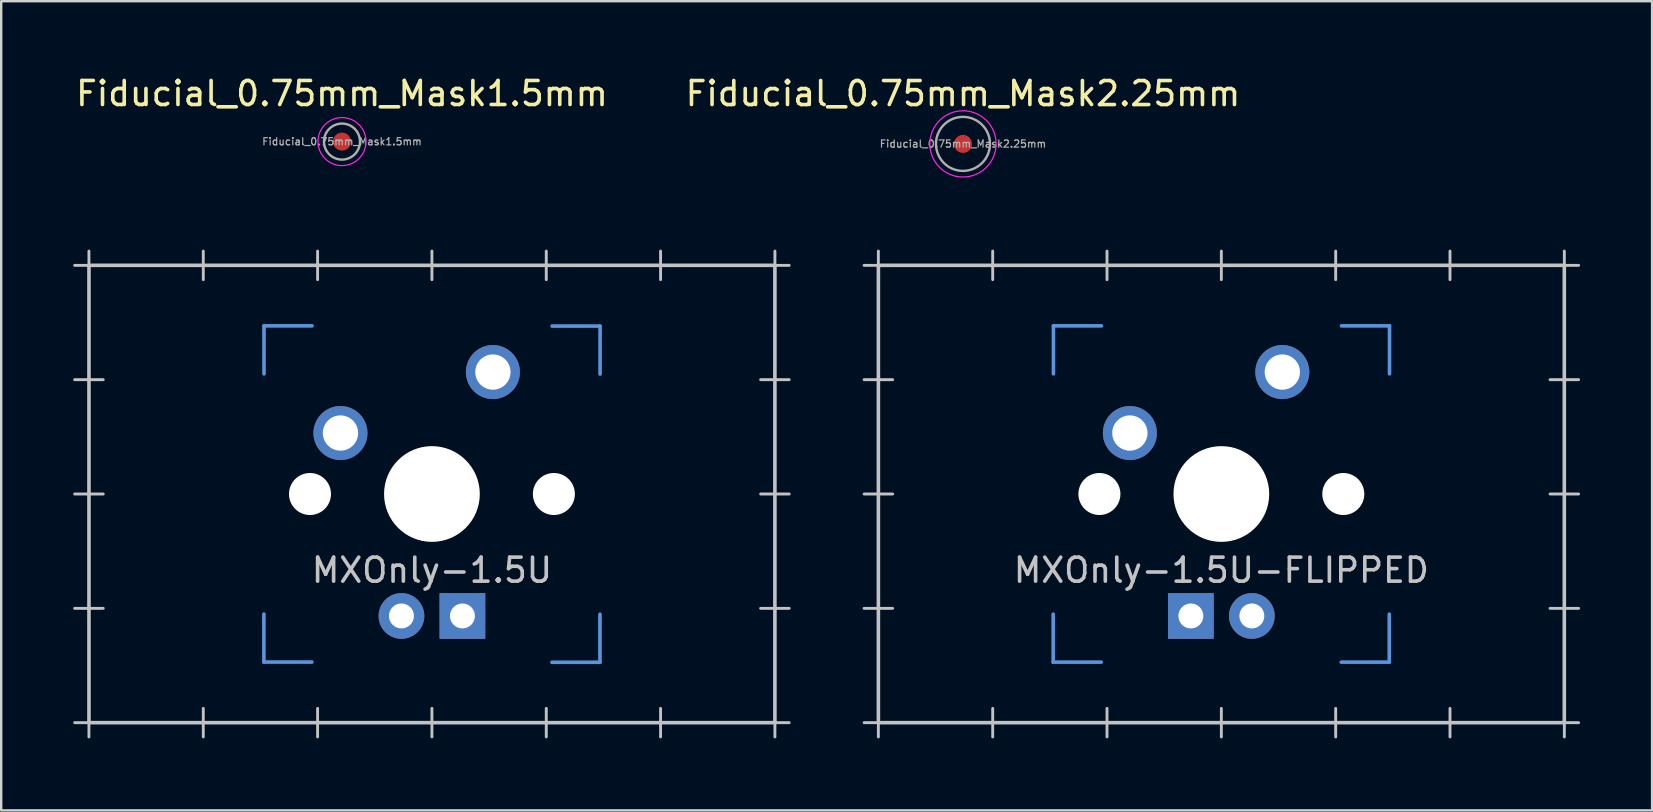
<source format=kicad_pcb>
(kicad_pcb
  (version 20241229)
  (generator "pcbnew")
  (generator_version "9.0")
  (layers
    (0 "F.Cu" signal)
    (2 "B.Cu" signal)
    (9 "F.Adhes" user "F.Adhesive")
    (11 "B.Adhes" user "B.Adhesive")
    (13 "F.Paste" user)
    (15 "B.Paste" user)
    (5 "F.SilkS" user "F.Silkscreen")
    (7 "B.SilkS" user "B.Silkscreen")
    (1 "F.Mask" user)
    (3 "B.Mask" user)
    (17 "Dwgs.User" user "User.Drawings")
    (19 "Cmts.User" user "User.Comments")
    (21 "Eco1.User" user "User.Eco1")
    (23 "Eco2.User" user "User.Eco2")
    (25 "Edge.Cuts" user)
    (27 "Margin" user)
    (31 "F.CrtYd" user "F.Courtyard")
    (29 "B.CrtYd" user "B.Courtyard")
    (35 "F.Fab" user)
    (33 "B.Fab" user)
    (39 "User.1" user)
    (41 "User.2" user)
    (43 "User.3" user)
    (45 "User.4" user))
  (footprint "MXOnly-1.5U-FLIPPED"
    (layer "F.Cu")
    (at 47.828 17.529)
    (property "Reference" "MXOnly-1.5U-FLIPPED" (at 0 3.175 0) (layer "Dwgs.User") (effects (font (size 1 1) (thickness 0.15))))
    (attr through_hole)
    (fp_line (start -14.883 -9.525) (end -14.288 -9.525) (stroke (width 0.12) (type solid)) (layer "Dwgs.User"))
    (fp_line (start -14.883 0) (end -13.692 0) (stroke (width 0.12) (type solid)) (layer "Dwgs.User"))
    (fp_line (start -14.883 4.763) (end -13.692 4.763) (stroke (width 0.12) (type solid)) (layer "Dwgs.User"))
    (fp_line (start -14.883 9.525) (end -14.287 9.525) (stroke (width 0.12) (type solid)) (layer "Dwgs.User"))
    (fp_line (start -14.288 -10.12) (end -14.288 -9.525) (stroke (width 0.12) (type solid)) (layer "Dwgs.User"))
    (fp_line (start -14.288 10.12) (end -14.288 9.525) (stroke (width 0.12) (type solid)) (layer "Dwgs.User"))
    (fp_line (start -14.287 -9.525) (end 14.287 -9.525) (stroke (width 0.15) (type solid)) (layer "Dwgs.User"))
    (fp_line (start -14.287 9.525) (end -14.287 -9.525) (stroke (width 0.15) (type solid)) (layer "Dwgs.User"))
    (fp_line (start -14.287 9.525) (end 14.287 9.525) (stroke (width 0.15) (type solid)) (layer "Dwgs.User"))
    (fp_line (start -13.692 -4.763) (end -14.883 -4.763) (stroke (width 0.12) (type solid)) (layer "Dwgs.User"))
    (fp_line (start -9.525 -10.12) (end -9.525 -8.93) (stroke (width 0.12) (type solid)) (layer "Dwgs.User"))
    (fp_line (start -9.525 8.93) (end -9.525 10.12) (stroke (width 0.12) (type solid)) (layer "Dwgs.User"))
    (fp_line (start -4.763 -10.12) (end -4.763 -8.93) (stroke (width 0.12) (type solid)) (layer "Dwgs.User"))
    (fp_line (start -4.763 10.12) (end -4.763 8.93) (stroke (width 0.12) (type solid)) (layer "Dwgs.User"))
    (fp_line (start 0 -10.12) (end 0 -8.93) (stroke (width 0.12) (type solid)) (layer "Dwgs.User"))
    (fp_line (start 0 10.12) (end 0 8.93) (stroke (width 0.12) (type solid)) (layer "Dwgs.User"))
    (fp_line (start 4.763 -10.12) (end 4.763 -8.93) (stroke (width 0.12) (type solid)) (layer "Dwgs.User"))
    (fp_line (start 4.763 10.12) (end 4.763 8.93) (stroke (width 0.12) (type solid)) (layer "Dwgs.User"))
    (fp_line (start 9.525 -8.93) (end 9.525 -10.12) (stroke (width 0.12) (type solid)) (layer "Dwgs.User"))
    (fp_line (start 9.525 10.12) (end 9.525 8.93) (stroke (width 0.12) (type solid)) (layer "Dwgs.User"))
    (fp_line (start 13.692 4.763) (end 14.883 4.763) (stroke (width 0.12) (type solid)) (layer "Dwgs.User"))
    (fp_line (start 14.287 -9.525) (end 14.287 9.525) (stroke (width 0.15) (type solid)) (layer "Dwgs.User"))
    (fp_line (start 14.288 -10.12) (end 14.288 -9.525) (stroke (width 0.12) (type solid)) (layer "Dwgs.User"))
    (fp_line (start 14.288 10.12) (end 14.288 9.525) (stroke (width 0.12) (type solid)) (layer "Dwgs.User"))
    (fp_line (start 14.883 -9.525) (end 14.287 -9.525) (stroke (width 0.12) (type solid)) (layer "Dwgs.User"))
    (fp_line (start 14.883 -4.763) (end 13.692 -4.763) (stroke (width 0.12) (type solid)) (layer "Dwgs.User"))
    (fp_line (start 14.883 0) (end 13.692 0) (stroke (width 0.12) (type solid)) (layer "Dwgs.User"))
    (fp_line (start 14.883 9.525) (end 14.288 9.525) (stroke (width 0.12) (type solid)) (layer "Dwgs.User"))
    (fp_line (start -7.005 7.005) (end -7.005 5.005) (stroke (width 0.15) (type solid)) (layer "Cmts.User"))
    (fp_line (start -6.995 -7.005) (end -6.995 -5.005) (stroke (width 0.15) (type solid)) (layer "Cmts.User"))
    (fp_line (start -5.005 7.005) (end -7.005 7.005) (stroke (width 0.15) (type solid)) (layer "Cmts.User"))
    (fp_line (start -4.995 -7.005) (end -6.995 -7.005) (stroke (width 0.15) (type solid)) (layer "Cmts.User"))
    (fp_line (start 4.995 7.005) (end 6.995 7.005) (stroke (width 0.15) (type solid)) (layer "Cmts.User"))
    (fp_line (start 5.005 -7.005) (end 7.005 -7.005) (stroke (width 0.15) (type solid)) (layer "Cmts.User"))
    (fp_line (start 6.995 7.005) (end 6.995 5.005) (stroke (width 0.15) (type solid)) (layer "Cmts.User"))
    (fp_line (start 7.005 -7.005) (end 7.005 -5.005) (stroke (width 0.15) (type solid)) (layer "Cmts.User"))
    (pad "" np_thru_hole circle (at -5.08 0 48.1) (size 1.75 1.75) (drill 1.75) (layers "*.Cu" "*.Mask"))
    (pad "" np_thru_hole circle (at 0 0) (size 3.988 3.988) (drill 3.988) (layers "*.Cu" "*.Mask"))
    (pad "" np_thru_hole circle (at 5.08 0 48.1) (size 1.75 1.75) (drill 1.75) (layers "*.Cu" "*.Mask"))
    (pad "1" thru_hole circle (at -3.81 -2.54) (size 2.25 2.25) (drill 1.47) (layers "*.Cu" "B.Mask"))
    (pad "2" thru_hole circle (at 2.54 -5.08) (size 2.25 2.25) (drill 1.47) (layers "*.Cu" "B.Mask"))
    (pad "3" thru_hole circle (at 1.27 5.08) (size 1.905 1.905) (drill 1.04) (layers "*.Cu" "B.Mask"))
    (pad "4" thru_hole rect (at -1.27 5.08) (size 1.905 1.905) (drill 1.04) (layers "*.Cu" "B.Mask")))
  (footprint "MXOnly-1.5U"
    (layer "F.Cu")
    (at 14.943 17.529)
    (property "Reference" "MXOnly-1.5U" (at 0 3.175 0) (layer "Dwgs.User") (effects (font (size 1 1) (thickness 0.15))))
    (attr through_hole)
    (fp_line (start -14.883 -9.525) (end -14.288 -9.525) (stroke (width 0.12) (type solid)) (layer "Dwgs.User"))
    (fp_line (start -14.883 0) (end -13.692 0) (stroke (width 0.12) (type solid)) (layer "Dwgs.User"))
    (fp_line (start -14.883 4.763) (end -13.692 4.763) (stroke (width 0.12) (type solid)) (layer "Dwgs.User"))
    (fp_line (start -14.883 9.525) (end -14.287 9.525) (stroke (width 0.12) (type solid)) (layer "Dwgs.User"))
    (fp_line (start -14.288 -10.12) (end -14.288 -9.525) (stroke (width 0.12) (type solid)) (layer "Dwgs.User"))
    (fp_line (start -14.288 10.12) (end -14.288 9.525) (stroke (width 0.12) (type solid)) (layer "Dwgs.User"))
    (fp_line (start -14.287 -9.525) (end 14.287 -9.525) (stroke (width 0.15) (type solid)) (layer "Dwgs.User"))
    (fp_line (start -14.287 9.525) (end -14.287 -9.525) (stroke (width 0.15) (type solid)) (layer "Dwgs.User"))
    (fp_line (start -14.287 9.525) (end 14.287 9.525) (stroke (width 0.15) (type solid)) (layer "Dwgs.User"))
    (fp_line (start -13.692 -4.763) (end -14.883 -4.763) (stroke (width 0.12) (type solid)) (layer "Dwgs.User"))
    (fp_line (start -9.525 -10.12) (end -9.525 -8.93) (stroke (width 0.12) (type solid)) (layer "Dwgs.User"))
    (fp_line (start -9.525 8.93) (end -9.525 10.12) (stroke (width 0.12) (type solid)) (layer "Dwgs.User"))
    (fp_line (start -4.763 -10.12) (end -4.763 -8.93) (stroke (width 0.12) (type solid)) (layer "Dwgs.User"))
    (fp_line (start -4.763 10.12) (end -4.763 8.93) (stroke (width 0.12) (type solid)) (layer "Dwgs.User"))
    (fp_line (start 0 -10.12) (end 0 -8.93) (stroke (width 0.12) (type solid)) (layer "Dwgs.User"))
    (fp_line (start 0 10.12) (end 0 8.93) (stroke (width 0.12) (type solid)) (layer "Dwgs.User"))
    (fp_line (start 4.763 -10.12) (end 4.763 -8.93) (stroke (width 0.12) (type solid)) (layer "Dwgs.User"))
    (fp_line (start 4.763 10.12) (end 4.763 8.93) (stroke (width 0.12) (type solid)) (layer "Dwgs.User"))
    (fp_line (start 9.525 -8.93) (end 9.525 -10.12) (stroke (width 0.12) (type solid)) (layer "Dwgs.User"))
    (fp_line (start 9.525 10.12) (end 9.525 8.93) (stroke (width 0.12) (type solid)) (layer "Dwgs.User"))
    (fp_line (start 13.692 4.763) (end 14.883 4.763) (stroke (width 0.12) (type solid)) (layer "Dwgs.User"))
    (fp_line (start 14.287 -9.525) (end 14.287 9.525) (stroke (width 0.15) (type solid)) (layer "Dwgs.User"))
    (fp_line (start 14.288 -10.12) (end 14.288 -9.525) (stroke (width 0.12) (type solid)) (layer "Dwgs.User"))
    (fp_line (start 14.288 10.12) (end 14.288 9.525) (stroke (width 0.12) (type solid)) (layer "Dwgs.User"))
    (fp_line (start 14.883 -9.525) (end 14.287 -9.525) (stroke (width 0.12) (type solid)) (layer "Dwgs.User"))
    (fp_line (start 14.883 -4.763) (end 13.692 -4.763) (stroke (width 0.12) (type solid)) (layer "Dwgs.User"))
    (fp_line (start 14.883 0) (end 13.692 0) (stroke (width 0.12) (type solid)) (layer "Dwgs.User"))
    (fp_line (start 14.883 9.525) (end 14.288 9.525) (stroke (width 0.12) (type solid)) (layer "Dwgs.User"))
    (fp_line (start -7 7) (end -7 5) (stroke (width 0.15) (type solid)) (layer "Cmts.User"))
    (fp_line (start -6.995 -7.005) (end -4.995 -7.005) (stroke (width 0.15) (type solid)) (layer "Cmts.User"))
    (fp_line (start -6.995 -5.005) (end -6.995 -7.005) (stroke (width 0.15) (type solid)) (layer "Cmts.User"))
    (fp_line (start -5 7) (end -7 7) (stroke (width 0.15) (type solid)) (layer "Cmts.User"))
    (fp_line (start 5.005 -6.995) (end 7.005 -6.995) (stroke (width 0.15) (type solid)) (layer "Cmts.User"))
    (fp_line (start 7 5.01) (end 7 7.01) (stroke (width 0.15) (type solid)) (layer "Cmts.User"))
    (fp_line (start 7 7.01) (end 5 7.01) (stroke (width 0.15) (type solid)) (layer "Cmts.User"))
    (fp_line (start 7.005 -6.995) (end 7.005 -4.995) (stroke (width 0.15) (type solid)) (layer "Cmts.User"))
    (pad "" np_thru_hole circle (at -5.08 0 48.1) (size 1.75 1.75) (drill 1.75) (layers "*.Cu" "*.Mask"))
    (pad "" np_thru_hole circle (at 0 0) (size 3.988 3.988) (drill 3.988) (layers "*.Cu" "*.Mask"))
    (pad "" np_thru_hole circle (at 5.08 0 48.1) (size 1.75 1.75) (drill 1.75) (layers "*.Cu" "*.Mask"))
    (pad "1" thru_hole circle (at -3.81 -2.54) (size 2.25 2.25) (drill 1.47) (layers "*.Cu" "B.Mask"))
    (pad "2" thru_hole circle (at 2.54 -5.08) (size 2.25 2.25) (drill 1.47) (layers "*.Cu" "B.Mask"))
    (pad "3" thru_hole circle (at -1.27 5.08) (size 1.905 1.905) (drill 1.04) (layers "*.Cu" "B.Mask"))
    (pad "4" thru_hole rect (at 1.27 5.08) (size 1.905 1.905) (drill 1.04) (layers "*.Cu" "B.Mask")))
  (footprint "Fiducial_0.75mm_Mask2.25mm"
    (layer "F.Cu")
    (at 37.065 2.944)
    (property "Reference" "Fiducial_0.75mm_Mask2.25mm" (at 0 -2.095 0) (layer "F.SilkS") (effects (font (size 1 1) (thickness 0.15))))
    (attr smd)
    (fp_circle (center 0 0) (end 1.38 0) (stroke (width 0.05) (type solid)) (fill no) (layer "F.CrtYd"))
    (fp_circle (center 0 0) (end 1.125 0) (stroke (width 0.1) (type solid)) (fill no) (layer "F.Fab"))
    (fp_text user "${REFERENCE}" (at 0 0 0) (layer "F.Fab") (effects (font (size 0.3 0.3) (thickness 0.05))))
    (pad "" smd circle (at 0 0) (size 0.75 0.75) (layers "F.Cu" "F.Mask")))
  (footprint "Fiducial_0.75mm_Mask1.5mm"
    (layer "F.Cu")
    (at 11.196 2.848)
    (property "Reference" "Fiducial_0.75mm_Mask1.5mm" (at 0 -2 0) (layer "F.SilkS") (effects (font (size 1 1) (thickness 0.15))))
    (attr smd)
    (fp_circle (center 0 0) (end 1 0) (stroke (width 0.05) (type solid)) (fill no) (layer "F.CrtYd"))
    (fp_circle (center 0 0) (end 0.75 0) (stroke (width 0.1) (type solid)) (fill no) (layer "F.Fab"))
    (fp_text user "${REFERENCE}" (at 0 0 0) (layer "F.Fab") (effects (font (size 0.3 0.3) (thickness 0.05))))
    (pad "" smd circle (at 0 0) (size 0.75 0.75) (layers "F.Cu" "F.Mask")))
  (gr_rect
    (start -3 -3)
    (end 65.771 30.709)
    (stroke (width 0.1) (type default))
    (fill no)
    (layer "Edge.Cuts")))
</source>
